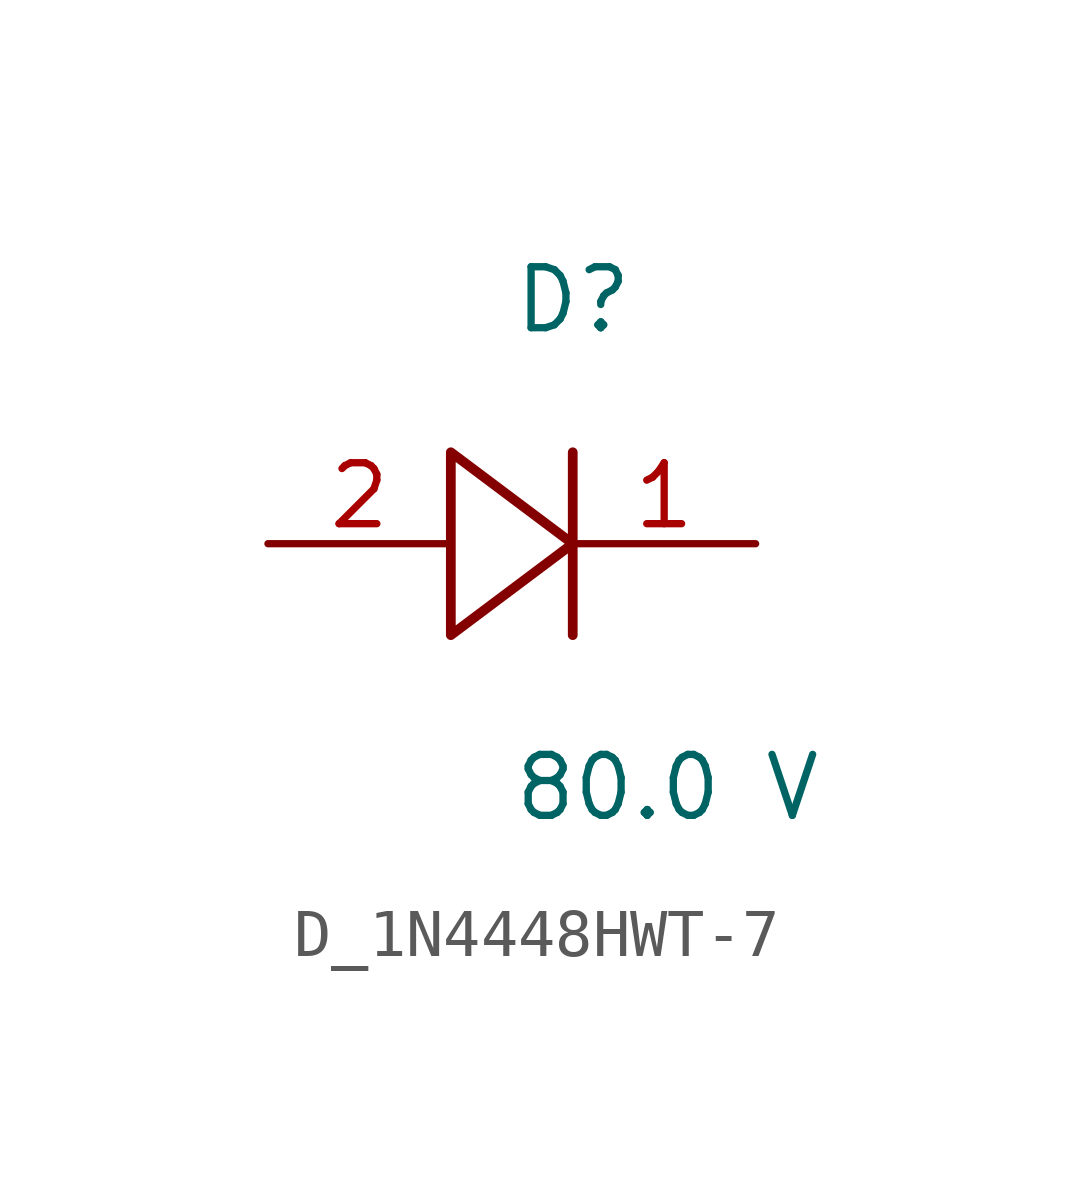
<source format=kicad_sym>
(kicad_symbol_lib
  (version 20231120)
  (generator kicad_symbol_editor)
  (generator_version 8.0)
  (symbol "D_1N4448HWT-7"
    (pin_names
      (offset 0.254))
    (property "Reference" "D"
      (at 0 5.08 0)
      (effects (font (size 1.27 1.27)) (justify left)))
    (property "Value" "80.0 V"
      (at 0 -5.08 0)
      (effects (font (size 1.27 1.27)) (justify left)))
    (symbol "D_1N4448HWT-7_1_0"
      (polyline (pts (xy 1.27 1.905) (xy 1.27 0) (xy -1.27 1.905) (xy -1.27 -1.905) (xy 1.27 0) (xy 1.27 -1.905)) (stroke (width 0.203) (type default)) (fill (type none)))
      (pin passive line (at 5.08 0 180) (length 3.81) (name "" (effects (font (size 1.27 1.27)))) (number "1" (effects (font (size 1.27 1.27)))))
      (pin passive line (at -5.08 0 0) (length 3.81) (name "" (effects (font (size 1.27 1.27)))) (number "2" (effects (font (size 1.27 1.27))))))))
</source>
